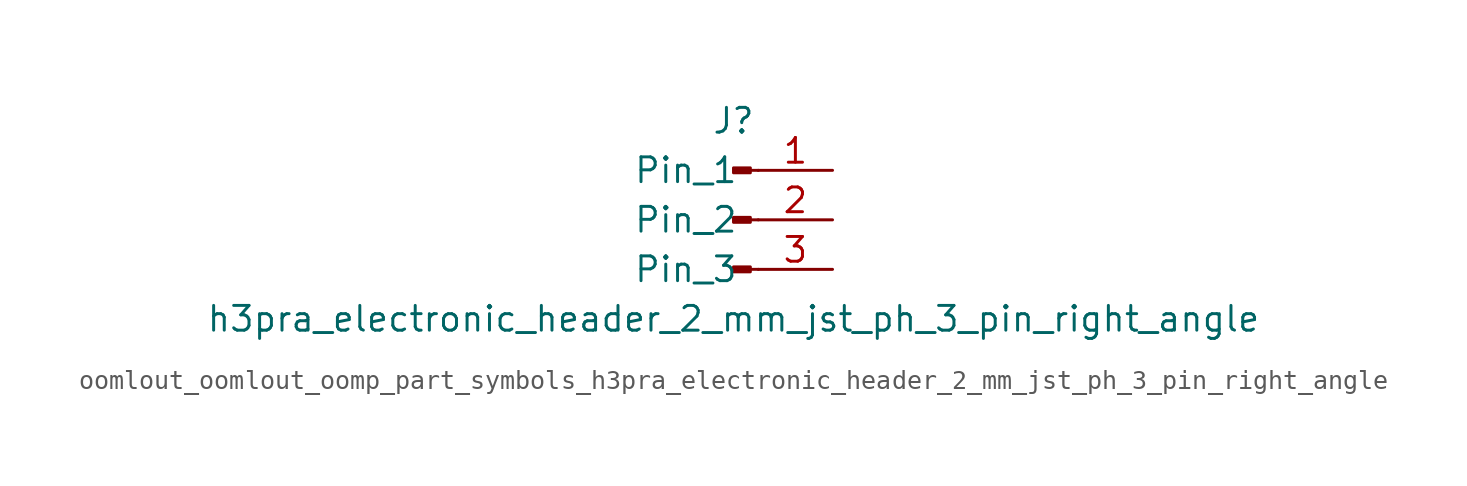
<source format=kicad_sym>
(kicad_symbol_lib
  (version 20220914)
  (generator kicad_symbol_editor)
  (symbol "oomlout_oomlout_oomp_part_symbols_h3pra_electronic_header_2_mm_jst_ph_3_pin_right_angle"
    (pin_names
      (offset 1.016))
    (property "Reference" "J"
      (at 0 5.08 0)
      (effects (font (size 1.27 1.27))))
    (property "Value" "h3pra_electronic_header_2_mm_jst_ph_3_pin_right_angle"
      (at 0 -5.08 0)
      (effects (font (size 1.27 1.27))))
    (property "ki_locked" ""
      (at 0 0 0)
      (effects (font (size 1.27 1.27))))
    (symbol "oomlout_oomlout_oomp_part_symbols_h3pra_electronic_header_2_mm_jst_ph_3_pin_right_angle_1_1"
      (polyline (pts (xy 1.27 -2.54) (xy 0.864 -2.54)) (stroke (width 0.152) (type default)) (fill (type none)))
      (polyline (pts (xy 1.27 0) (xy 0.864 0)) (stroke (width 0.152) (type default)) (fill (type none)))
      (polyline (pts (xy 1.27 2.54) (xy 0.864 2.54)) (stroke (width 0.152) (type default)) (fill (type none)))
      (rectangle (start 0.864 -2.413) (end 0 -2.667) (stroke (width 0.152) (type default)) (fill (type outline)))
      (rectangle (start 0.864 0.127) (end 0 -0.127) (stroke (width 0.152) (type default)) (fill (type outline)))
      (rectangle (start 0.864 2.667) (end 0 2.413) (stroke (width 0.152) (type default)) (fill (type outline)))
      (pin passive line (at 5.08 2.54 180) (length 3.81) (name "Pin_1" (effects (font (size 1.27 1.27)))) (number "1" (effects (font (size 1.27 1.27)))))
      (pin passive line (at 5.08 0 180) (length 3.81) (name "Pin_2" (effects (font (size 1.27 1.27)))) (number "2" (effects (font (size 1.27 1.27)))))
      (pin passive line (at 5.08 -2.54 180) (length 3.81) (name "Pin_3" (effects (font (size 1.27 1.27)))) (number "3" (effects (font (size 1.27 1.27))))))))
</source>
